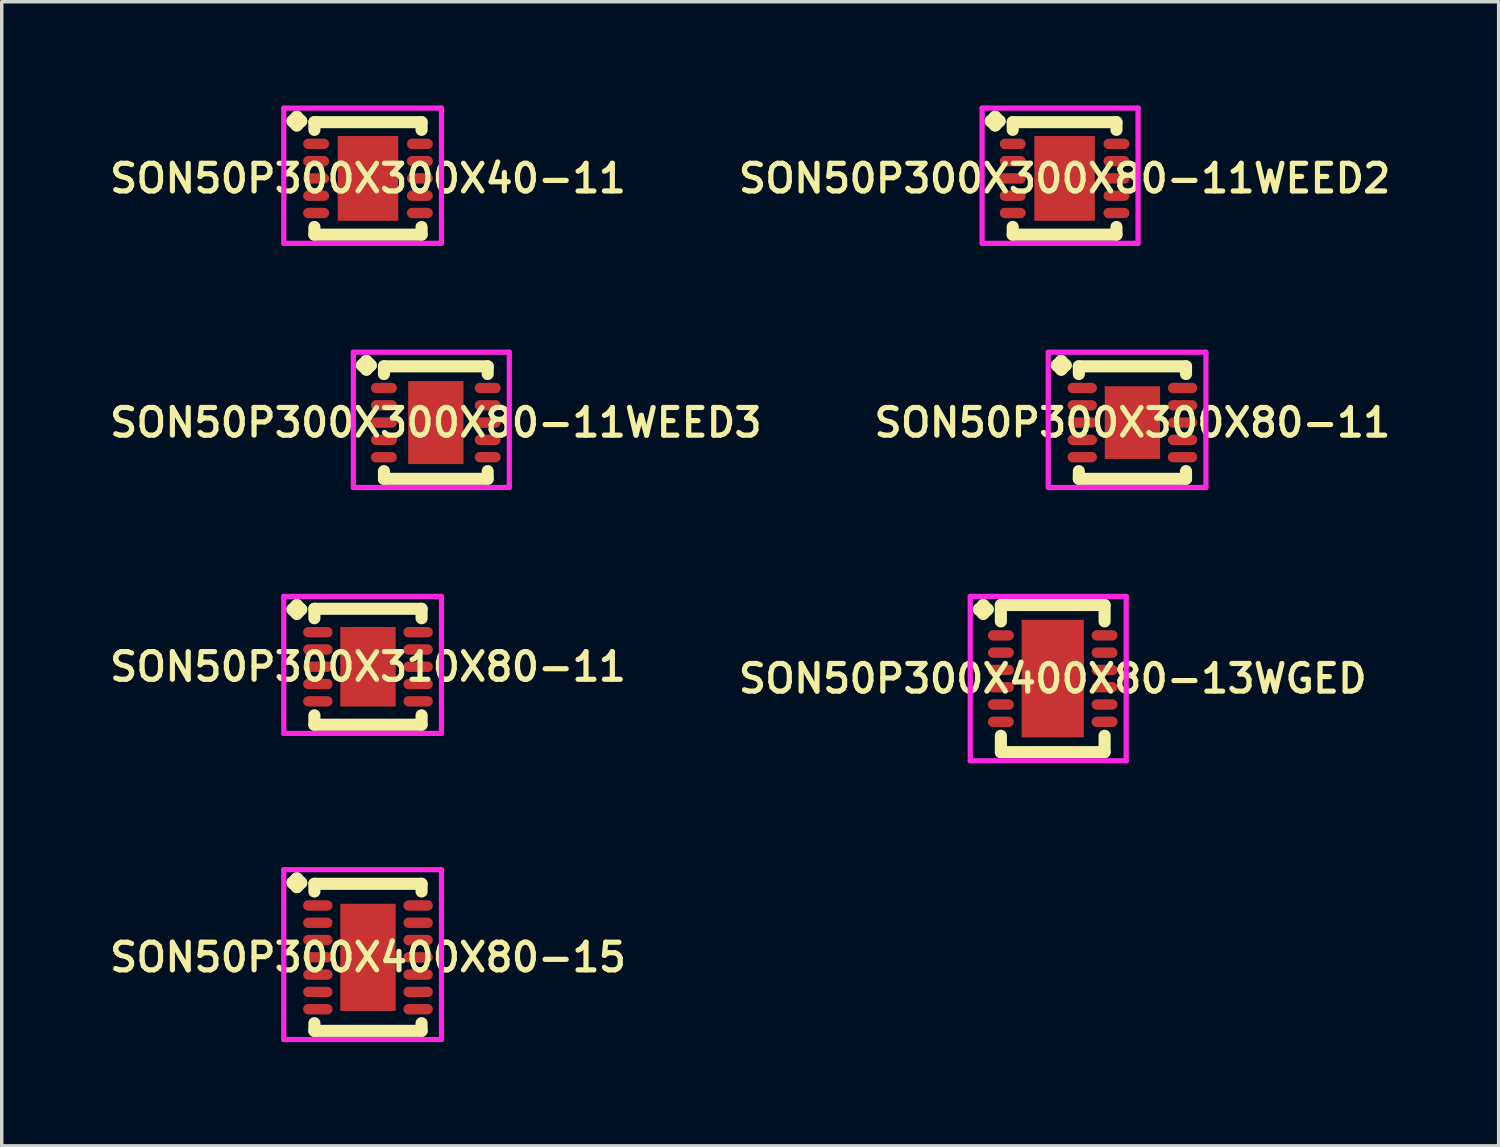
<source format=kicad_pcb>
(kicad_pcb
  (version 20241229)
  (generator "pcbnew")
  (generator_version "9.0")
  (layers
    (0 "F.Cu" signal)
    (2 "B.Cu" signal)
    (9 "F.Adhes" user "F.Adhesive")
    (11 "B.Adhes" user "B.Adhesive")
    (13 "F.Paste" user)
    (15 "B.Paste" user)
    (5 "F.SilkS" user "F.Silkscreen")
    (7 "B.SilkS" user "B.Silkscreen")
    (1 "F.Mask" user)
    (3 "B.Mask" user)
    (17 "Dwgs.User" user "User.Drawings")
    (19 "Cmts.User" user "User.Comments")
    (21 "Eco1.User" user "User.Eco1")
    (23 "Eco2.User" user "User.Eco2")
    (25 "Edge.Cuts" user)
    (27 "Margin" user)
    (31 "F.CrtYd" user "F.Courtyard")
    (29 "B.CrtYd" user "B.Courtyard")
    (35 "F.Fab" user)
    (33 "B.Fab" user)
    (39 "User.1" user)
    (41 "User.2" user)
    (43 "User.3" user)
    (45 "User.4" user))
  (footprint "SON50P300X300X80-11"
    (layer "F.Cu")
    (at 29.702 9.172)
    (property "Reference" "SON50P300X300X80-11" (at 0 0 0) (layer "F.SilkS") (effects (font (size 0.8 0.8) (thickness 0.15))))
    (attr smd)
    (fp_line (start -2.185 -1.658) (end -2.058 -1.785) (stroke (width 0.35) (type solid)) (layer "F.SilkS"))
    (fp_line (start -2.058 -1.785) (end -1.931 -1.658) (stroke (width 0.35) (type solid)) (layer "F.SilkS"))
    (fp_line (start -2.058 -1.531) (end -2.185 -1.658) (stroke (width 0.35) (type solid)) (layer "F.SilkS"))
    (fp_line (start -1.931 -1.658) (end -2.058 -1.531) (stroke (width 0.35) (type solid)) (layer "F.SilkS"))
    (fp_line (start -1.55 -1.627) (end 1.55 -1.627) (stroke (width 0.35) (type solid)) (layer "F.SilkS"))
    (fp_line (start -1.55 -1.404) (end -1.55 -1.627) (stroke (width 0.35) (type solid)) (layer "F.SilkS"))
    (fp_line (start -1.55 1.404) (end -1.55 1.627) (stroke (width 0.35) (type solid)) (layer "F.SilkS"))
    (fp_line (start -1.55 1.627) (end 1.55 1.627) (stroke (width 0.35) (type solid)) (layer "F.SilkS"))
    (fp_line (start 1.55 -1.627) (end 1.55 -1.404) (stroke (width 0.35) (type solid)) (layer "F.SilkS"))
    (fp_line (start 1.55 1.627) (end 1.55 1.404) (stroke (width 0.35) (type solid)) (layer "F.SilkS"))
    (fp_line (start -2.435 -2.035) (end 2.125 -2.035) (stroke (width 0.15) (type solid)) (layer "F.CrtYd"))
    (fp_line (start -2.435 1.877) (end -2.435 -2.035) (stroke (width 0.15) (type solid)) (layer "F.CrtYd"))
    (fp_line (start 2.125 -2.035) (end 2.125 1.877) (stroke (width 0.15) (type solid)) (layer "F.CrtYd"))
    (fp_line (start 2.125 1.877) (end -2.435 1.877) (stroke (width 0.15) (type solid)) (layer "F.CrtYd"))
    (pad "1" smd oval (at -1.45 -1) (size 0.85 0.3) (layers "F.Cu" "F.Mask" "F.Paste"))
    (pad "2" smd oval (at -1.45 -0.5) (size 0.85 0.3) (layers "F.Cu" "F.Mask" "F.Paste"))
    (pad "3" smd oval (at -1.45 0) (size 0.85 0.3) (layers "F.Cu" "F.Mask" "F.Paste"))
    (pad "4" smd oval (at -1.45 0.5) (size 0.85 0.3) (layers "F.Cu" "F.Mask" "F.Paste"))
    (pad "5" smd oval (at -1.45 1) (size 0.85 0.3) (layers "F.Cu" "F.Mask" "F.Paste"))
    (pad "6" smd oval (at 1.45 1) (size 0.85 0.3) (layers "F.Cu" "F.Mask" "F.Paste"))
    (pad "7" smd oval (at 1.45 0.5) (size 0.85 0.3) (layers "F.Cu" "F.Mask" "F.Paste"))
    (pad "8" smd oval (at 1.45 0) (size 0.85 0.3) (layers "F.Cu" "F.Mask" "F.Paste"))
    (pad "9" smd oval (at 1.45 -0.5) (size 0.85 0.3) (layers "F.Cu" "F.Mask" "F.Paste"))
    (pad "10" smd oval (at 1.45 -1) (size 0.85 0.3) (layers "F.Cu" "F.Mask" "F.Paste"))
    (pad "11" smd rect (at 0 0) (size 1.6 2.1) (layers "F.Cu" "F.Mask" "F.Paste")))
  (footprint "SON50P300X300X40-11"
    (layer "F.Cu")
    (at 7.593 2.11)
    (property "Reference" "SON50P300X300X40-11" (at 0 0 0) (layer "F.SilkS") (effects (font (size 0.8 0.8) (thickness 0.15))))
    (attr smd)
    (fp_line (start -2.185 -1.658) (end -2.058 -1.785) (stroke (width 0.35) (type solid)) (layer "F.SilkS"))
    (fp_line (start -2.058 -1.785) (end -1.931 -1.658) (stroke (width 0.35) (type solid)) (layer "F.SilkS"))
    (fp_line (start -2.058 -1.531) (end -2.185 -1.658) (stroke (width 0.35) (type solid)) (layer "F.SilkS"))
    (fp_line (start -1.931 -1.658) (end -2.058 -1.531) (stroke (width 0.35) (type solid)) (layer "F.SilkS"))
    (fp_line (start -1.55 -1.627) (end 1.55 -1.627) (stroke (width 0.35) (type solid)) (layer "F.SilkS"))
    (fp_line (start -1.55 -1.404) (end -1.55 -1.627) (stroke (width 0.35) (type solid)) (layer "F.SilkS"))
    (fp_line (start -1.55 1.404) (end -1.55 1.627) (stroke (width 0.35) (type solid)) (layer "F.SilkS"))
    (fp_line (start -1.55 1.627) (end 1.55 1.627) (stroke (width 0.35) (type solid)) (layer "F.SilkS"))
    (fp_line (start 1.55 -1.627) (end 1.55 -1.404) (stroke (width 0.35) (type solid)) (layer "F.SilkS"))
    (fp_line (start 1.55 1.627) (end 1.55 1.404) (stroke (width 0.35) (type solid)) (layer "F.SilkS"))
    (fp_line (start -2.435 -2.035) (end 2.125 -2.035) (stroke (width 0.15) (type solid)) (layer "F.CrtYd"))
    (fp_line (start -2.435 1.877) (end -2.435 -2.035) (stroke (width 0.15) (type solid)) (layer "F.CrtYd"))
    (fp_line (start 2.125 -2.035) (end 2.125 1.877) (stroke (width 0.15) (type solid)) (layer "F.CrtYd"))
    (fp_line (start 2.125 1.877) (end -2.435 1.877) (stroke (width 0.15) (type solid)) (layer "F.CrtYd"))
    (pad "1" smd oval (at -1.5 -1) (size 0.75 0.3) (layers "F.Cu" "F.Mask" "F.Paste"))
    (pad "2" smd oval (at -1.5 -0.5) (size 0.75 0.3) (layers "F.Cu" "F.Mask" "F.Paste"))
    (pad "3" smd oval (at -1.5 0) (size 0.75 0.3) (layers "F.Cu" "F.Mask" "F.Paste"))
    (pad "4" smd oval (at -1.5 0.5) (size 0.75 0.3) (layers "F.Cu" "F.Mask" "F.Paste"))
    (pad "5" smd oval (at -1.5 1) (size 0.75 0.3) (layers "F.Cu" "F.Mask" "F.Paste"))
    (pad "6" smd oval (at 1.5 1) (size 0.75 0.3) (layers "F.Cu" "F.Mask" "F.Paste"))
    (pad "7" smd oval (at 1.5 0.5) (size 0.75 0.3) (layers "F.Cu" "F.Mask" "F.Paste"))
    (pad "8" smd oval (at 1.5 0) (size 0.75 0.3) (layers "F.Cu" "F.Mask" "F.Paste"))
    (pad "9" smd oval (at 1.5 -0.5) (size 0.75 0.3) (layers "F.Cu" "F.Mask" "F.Paste"))
    (pad "10" smd oval (at 1.5 -1) (size 0.75 0.3) (layers "F.Cu" "F.Mask" "F.Paste"))
    (pad "11" smd rect (at 0 0) (size 1.75 2.45) (layers "F.Cu" "F.Mask" "F.Paste")))
  (footprint "SON50P300X310X80-11"
    (layer "F.Cu")
    (at 7.593 16.234)
    (property "Reference" "SON50P300X310X80-11" (at 0 0 0) (layer "F.SilkS") (effects (font (size 0.8 0.8) (thickness 0.15))))
    (attr smd)
    (fp_line (start -2.185 -1.658) (end -2.058 -1.785) (stroke (width 0.35) (type solid)) (layer "F.SilkS"))
    (fp_line (start -2.058 -1.785) (end -1.931 -1.658) (stroke (width 0.35) (type solid)) (layer "F.SilkS"))
    (fp_line (start -2.058 -1.531) (end -2.185 -1.658) (stroke (width 0.35) (type solid)) (layer "F.SilkS"))
    (fp_line (start -1.931 -1.658) (end -2.058 -1.531) (stroke (width 0.35) (type solid)) (layer "F.SilkS"))
    (fp_line (start -1.55 -1.677) (end 1.55 -1.677) (stroke (width 0.35) (type solid)) (layer "F.SilkS"))
    (fp_line (start -1.55 -1.404) (end -1.55 -1.677) (stroke (width 0.35) (type solid)) (layer "F.SilkS"))
    (fp_line (start -1.55 1.404) (end -1.55 1.677) (stroke (width 0.35) (type solid)) (layer "F.SilkS"))
    (fp_line (start -1.55 1.677) (end 1.55 1.677) (stroke (width 0.35) (type solid)) (layer "F.SilkS"))
    (fp_line (start 1.55 -1.677) (end 1.55 -1.404) (stroke (width 0.35) (type solid)) (layer "F.SilkS"))
    (fp_line (start 1.55 1.677) (end 1.55 1.404) (stroke (width 0.35) (type solid)) (layer "F.SilkS"))
    (fp_line (start -2.435 -2.035) (end 2.125 -2.035) (stroke (width 0.15) (type solid)) (layer "F.CrtYd"))
    (fp_line (start -2.435 1.927) (end -2.435 -2.035) (stroke (width 0.15) (type solid)) (layer "F.CrtYd"))
    (fp_line (start 2.125 -2.035) (end 2.125 1.927) (stroke (width 0.15) (type solid)) (layer "F.CrtYd"))
    (fp_line (start 2.125 1.927) (end -2.435 1.927) (stroke (width 0.15) (type solid)) (layer "F.CrtYd"))
    (pad "1" smd oval (at -1.45 -1) (size 0.85 0.3) (layers "F.Cu" "F.Mask" "F.Paste"))
    (pad "2" smd oval (at -1.45 -0.5) (size 0.85 0.3) (layers "F.Cu" "F.Mask" "F.Paste"))
    (pad "3" smd oval (at -1.45 0) (size 0.85 0.3) (layers "F.Cu" "F.Mask" "F.Paste"))
    (pad "4" smd oval (at -1.45 0.5) (size 0.85 0.3) (layers "F.Cu" "F.Mask" "F.Paste"))
    (pad "5" smd oval (at -1.45 1) (size 0.85 0.3) (layers "F.Cu" "F.Mask" "F.Paste"))
    (pad "6" smd oval (at 1.45 1) (size 0.85 0.3) (layers "F.Cu" "F.Mask" "F.Paste"))
    (pad "7" smd oval (at 1.45 0.5) (size 0.85 0.3) (layers "F.Cu" "F.Mask" "F.Paste"))
    (pad "8" smd oval (at 1.45 0) (size 0.85 0.3) (layers "F.Cu" "F.Mask" "F.Paste"))
    (pad "9" smd oval (at 1.45 -0.5) (size 0.85 0.3) (layers "F.Cu" "F.Mask" "F.Paste"))
    (pad "10" smd oval (at 1.45 -1) (size 0.85 0.3) (layers "F.Cu" "F.Mask" "F.Paste"))
    (pad "11" smd rect (at 0 0) (size 1.6 2.3) (layers "F.Cu" "F.Mask" "F.Paste")))
  (footprint "SON50P300X300X80-11WEED2"
    (layer "F.Cu")
    (at 27.74 2.11)
    (property "Reference" "SON50P300X300X80-11WEED2" (at 0 0 0) (layer "F.SilkS") (effects (font (size 0.8 0.8) (thickness 0.15))))
    (attr smd)
    (fp_line (start -2.135 -1.658) (end -2.008 -1.785) (stroke (width 0.35) (type solid)) (layer "F.SilkS"))
    (fp_line (start -2.008 -1.785) (end -1.881 -1.658) (stroke (width 0.35) (type solid)) (layer "F.SilkS"))
    (fp_line (start -2.008 -1.531) (end -2.135 -1.658) (stroke (width 0.35) (type solid)) (layer "F.SilkS"))
    (fp_line (start -1.881 -1.658) (end -2.008 -1.531) (stroke (width 0.35) (type solid)) (layer "F.SilkS"))
    (fp_line (start -1.5 -1.627) (end 1.5 -1.627) (stroke (width 0.35) (type solid)) (layer "F.SilkS"))
    (fp_line (start -1.5 -1.404) (end -1.5 -1.627) (stroke (width 0.35) (type solid)) (layer "F.SilkS"))
    (fp_line (start -1.5 1.404) (end -1.5 1.627) (stroke (width 0.35) (type solid)) (layer "F.SilkS"))
    (fp_line (start -1.5 1.627) (end 1.5 1.627) (stroke (width 0.35) (type solid)) (layer "F.SilkS"))
    (fp_line (start 1.5 -1.627) (end 1.5 -1.404) (stroke (width 0.35) (type solid)) (layer "F.SilkS"))
    (fp_line (start 1.5 1.627) (end 1.5 1.404) (stroke (width 0.35) (type solid)) (layer "F.SilkS"))
    (fp_line (start -2.385 -2.035) (end 2.125 -2.035) (stroke (width 0.15) (type solid)) (layer "F.CrtYd"))
    (fp_line (start -2.385 1.877) (end -2.385 -2.035) (stroke (width 0.15) (type solid)) (layer "F.CrtYd"))
    (fp_line (start 2.125 -2.035) (end 2.125 1.877) (stroke (width 0.15) (type solid)) (layer "F.CrtYd"))
    (fp_line (start 2.125 1.877) (end -2.385 1.877) (stroke (width 0.15) (type solid)) (layer "F.CrtYd"))
    (pad "1" smd oval (at -1.5 -1) (size 0.75 0.3) (layers "F.Cu" "F.Mask" "F.Paste"))
    (pad "2" smd oval (at -1.5 -0.5) (size 0.75 0.3) (layers "F.Cu" "F.Mask" "F.Paste"))
    (pad "3" smd oval (at -1.5 0) (size 0.75 0.3) (layers "F.Cu" "F.Mask" "F.Paste"))
    (pad "4" smd oval (at -1.5 0.5) (size 0.75 0.3) (layers "F.Cu" "F.Mask" "F.Paste"))
    (pad "5" smd oval (at -1.5 1) (size 0.75 0.3) (layers "F.Cu" "F.Mask" "F.Paste"))
    (pad "6" smd oval (at 1.5 1) (size 0.75 0.3) (layers "F.Cu" "F.Mask" "F.Paste"))
    (pad "7" smd oval (at 1.5 0.5) (size 0.75 0.3) (layers "F.Cu" "F.Mask" "F.Paste"))
    (pad "8" smd oval (at 1.5 0) (size 0.75 0.3) (layers "F.Cu" "F.Mask" "F.Paste"))
    (pad "9" smd oval (at 1.5 -0.5) (size 0.75 0.3) (layers "F.Cu" "F.Mask" "F.Paste"))
    (pad "10" smd oval (at 1.5 -1) (size 0.75 0.3) (layers "F.Cu" "F.Mask" "F.Paste"))
    (pad "11" smd rect (at 0 0) (size 1.75 2.45) (layers "F.Cu" "F.Mask" "F.Paste")))
  (footprint "SON50P300X400X80-13WGED"
    (layer "F.Cu")
    (at 27.397 16.576)
    (property "Reference" "SON50P300X400X80-13WGED" (at 0 0 0) (layer "F.SilkS") (effects (font (size 0.8 0.8) (thickness 0.15))))
    (attr smd)
    (fp_line (start -2.135 -2) (end -2.008 -2.127) (stroke (width 0.35) (type solid)) (layer "F.SilkS"))
    (fp_line (start -2.008 -2.127) (end -1.881 -2) (stroke (width 0.35) (type solid)) (layer "F.SilkS"))
    (fp_line (start -2.008 -1.873) (end -2.135 -2) (stroke (width 0.35) (type solid)) (layer "F.SilkS"))
    (fp_line (start -1.881 -2) (end -2.008 -1.873) (stroke (width 0.35) (type solid)) (layer "F.SilkS"))
    (fp_line (start -1.5 -2.127) (end 1.5 -2.127) (stroke (width 0.35) (type solid)) (layer "F.SilkS"))
    (fp_line (start -1.5 -1.654) (end -1.5 -2.127) (stroke (width 0.35) (type solid)) (layer "F.SilkS"))
    (fp_line (start -1.5 1.654) (end -1.5 2.127) (stroke (width 0.35) (type solid)) (layer "F.SilkS"))
    (fp_line (start -1.5 2.127) (end 1.5 2.127) (stroke (width 0.35) (type solid)) (layer "F.SilkS"))
    (fp_line (start 1.5 -2.127) (end 1.5 -1.654) (stroke (width 0.35) (type solid)) (layer "F.SilkS"))
    (fp_line (start 1.5 2.127) (end 1.5 1.654) (stroke (width 0.35) (type solid)) (layer "F.SilkS"))
    (fp_line (start -2.385 -2.377) (end 2.125 -2.377) (stroke (width 0.15) (type solid)) (layer "F.CrtYd"))
    (fp_line (start -2.385 2.377) (end -2.385 -2.377) (stroke (width 0.15) (type solid)) (layer "F.CrtYd"))
    (fp_line (start 2.125 -2.377) (end 2.125 2.377) (stroke (width 0.15) (type solid)) (layer "F.CrtYd"))
    (fp_line (start 2.125 2.377) (end -2.385 2.377) (stroke (width 0.15) (type solid)) (layer "F.CrtYd"))
    (pad "1" smd oval (at -1.5 -1.25) (size 0.75 0.3) (layers "F.Cu" "F.Mask" "F.Paste"))
    (pad "2" smd oval (at -1.5 -0.75) (size 0.75 0.3) (layers "F.Cu" "F.Mask" "F.Paste"))
    (pad "3" smd oval (at -1.5 -0.25) (size 0.75 0.3) (layers "F.Cu" "F.Mask" "F.Paste"))
    (pad "4" smd oval (at -1.5 0.25) (size 0.75 0.3) (layers "F.Cu" "F.Mask" "F.Paste"))
    (pad "5" smd oval (at -1.5 0.75) (size 0.75 0.3) (layers "F.Cu" "F.Mask" "F.Paste"))
    (pad "6" smd oval (at -1.5 1.25) (size 0.75 0.3) (layers "F.Cu" "F.Mask" "F.Paste"))
    (pad "7" smd oval (at 1.5 1.25) (size 0.75 0.3) (layers "F.Cu" "F.Mask" "F.Paste"))
    (pad "8" smd oval (at 1.5 0.75) (size 0.75 0.3) (layers "F.Cu" "F.Mask" "F.Paste"))
    (pad "9" smd oval (at 1.5 0.25) (size 0.75 0.3) (layers "F.Cu" "F.Mask" "F.Paste"))
    (pad "10" smd oval (at 1.5 -0.25) (size 0.75 0.3) (layers "F.Cu" "F.Mask" "F.Paste"))
    (pad "11" smd oval (at 1.5 -0.75) (size 0.75 0.3) (layers "F.Cu" "F.Mask" "F.Paste"))
    (pad "12" smd oval (at 1.5 -1.25) (size 0.75 0.3) (layers "F.Cu" "F.Mask" "F.Paste"))
    (pad "13" smd rect (at 0 0) (size 1.8 3.4) (layers "F.Cu" "F.Mask" "F.Paste")))
  (footprint "SON50P300X400X80-15"
    (layer "F.Cu")
    (at 7.593 24.638)
    (property "Reference" "SON50P300X400X80-15" (at 0 0 0) (layer "F.SilkS") (effects (font (size 0.8 0.8) (thickness 0.15))))
    (attr smd)
    (fp_line (start -2.185 -2.158) (end -2.058 -2.285) (stroke (width 0.35) (type solid)) (layer "F.SilkS"))
    (fp_line (start -2.058 -2.285) (end -1.931 -2.158) (stroke (width 0.35) (type solid)) (layer "F.SilkS"))
    (fp_line (start -2.058 -2.031) (end -2.185 -2.158) (stroke (width 0.35) (type solid)) (layer "F.SilkS"))
    (fp_line (start -1.931 -2.158) (end -2.058 -2.031) (stroke (width 0.35) (type solid)) (layer "F.SilkS"))
    (fp_line (start -1.55 -2.127) (end 1.55 -2.127) (stroke (width 0.35) (type solid)) (layer "F.SilkS"))
    (fp_line (start -1.55 -1.904) (end -1.55 -2.127) (stroke (width 0.35) (type solid)) (layer "F.SilkS"))
    (fp_line (start -1.55 1.904) (end -1.55 2.127) (stroke (width 0.35) (type solid)) (layer "F.SilkS"))
    (fp_line (start -1.55 2.127) (end 1.55 2.127) (stroke (width 0.35) (type solid)) (layer "F.SilkS"))
    (fp_line (start 1.55 -2.127) (end 1.55 -1.904) (stroke (width 0.35) (type solid)) (layer "F.SilkS"))
    (fp_line (start 1.55 2.127) (end 1.55 1.904) (stroke (width 0.35) (type solid)) (layer "F.SilkS"))
    (fp_line (start -2.435 -2.535) (end 2.125 -2.535) (stroke (width 0.15) (type solid)) (layer "F.CrtYd"))
    (fp_line (start -2.435 2.377) (end -2.435 -2.535) (stroke (width 0.15) (type solid)) (layer "F.CrtYd"))
    (fp_line (start 2.125 -2.535) (end 2.125 2.377) (stroke (width 0.15) (type solid)) (layer "F.CrtYd"))
    (fp_line (start 2.125 2.377) (end -2.435 2.377) (stroke (width 0.15) (type solid)) (layer "F.CrtYd"))
    (pad "1" smd oval (at -1.45 -1.5) (size 0.85 0.3) (layers "F.Cu" "F.Mask" "F.Paste"))
    (pad "2" smd oval (at -1.45 -1) (size 0.85 0.3) (layers "F.Cu" "F.Mask" "F.Paste"))
    (pad "3" smd oval (at -1.45 -0.5) (size 0.85 0.3) (layers "F.Cu" "F.Mask" "F.Paste"))
    (pad "4" smd oval (at -1.45 0) (size 0.85 0.3) (layers "F.Cu" "F.Mask" "F.Paste"))
    (pad "5" smd oval (at -1.45 0.5) (size 0.85 0.3) (layers "F.Cu" "F.Mask" "F.Paste"))
    (pad "6" smd oval (at -1.45 1) (size 0.85 0.3) (layers "F.Cu" "F.Mask" "F.Paste"))
    (pad "7" smd oval (at -1.45 1.5) (size 0.85 0.3) (layers "F.Cu" "F.Mask" "F.Paste"))
    (pad "8" smd oval (at 1.45 1.5) (size 0.85 0.3) (layers "F.Cu" "F.Mask" "F.Paste"))
    (pad "9" smd oval (at 1.45 1) (size 0.85 0.3) (layers "F.Cu" "F.Mask" "F.Paste"))
    (pad "10" smd oval (at 1.45 0.5) (size 0.85 0.3) (layers "F.Cu" "F.Mask" "F.Paste"))
    (pad "11" smd oval (at 1.45 0) (size 0.85 0.3) (layers "F.Cu" "F.Mask" "F.Paste"))
    (pad "12" smd oval (at 1.45 -0.5) (size 0.85 0.3) (layers "F.Cu" "F.Mask" "F.Paste"))
    (pad "13" smd oval (at 1.45 -1) (size 0.85 0.3) (layers "F.Cu" "F.Mask" "F.Paste"))
    (pad "14" smd oval (at 1.45 -1.5) (size 0.85 0.3) (layers "F.Cu" "F.Mask" "F.Paste"))
    (pad "15" smd rect (at 0 0) (size 1.6 3.1) (layers "F.Cu" "F.Mask" "F.Paste")))
  (footprint "SON50P300X300X80-11WEED3"
    (layer "F.Cu")
    (at 9.555 9.172)
    (property "Reference" "SON50P300X300X80-11WEED3" (at 0 0 0) (layer "F.SilkS") (effects (font (size 0.8 0.8) (thickness 0.15))))
    (attr smd)
    (fp_line (start -2.135 -1.658) (end -2.008 -1.785) (stroke (width 0.35) (type solid)) (layer "F.SilkS"))
    (fp_line (start -2.008 -1.785) (end -1.881 -1.658) (stroke (width 0.35) (type solid)) (layer "F.SilkS"))
    (fp_line (start -2.008 -1.531) (end -2.135 -1.658) (stroke (width 0.35) (type solid)) (layer "F.SilkS"))
    (fp_line (start -1.881 -1.658) (end -2.008 -1.531) (stroke (width 0.35) (type solid)) (layer "F.SilkS"))
    (fp_line (start -1.5 -1.627) (end 1.5 -1.627) (stroke (width 0.35) (type solid)) (layer "F.SilkS"))
    (fp_line (start -1.5 -1.404) (end -1.5 -1.627) (stroke (width 0.35) (type solid)) (layer "F.SilkS"))
    (fp_line (start -1.5 1.404) (end -1.5 1.627) (stroke (width 0.35) (type solid)) (layer "F.SilkS"))
    (fp_line (start -1.5 1.627) (end 1.5 1.627) (stroke (width 0.35) (type solid)) (layer "F.SilkS"))
    (fp_line (start 1.5 -1.627) (end 1.5 -1.404) (stroke (width 0.35) (type solid)) (layer "F.SilkS"))
    (fp_line (start 1.5 1.627) (end 1.5 1.404) (stroke (width 0.35) (type solid)) (layer "F.SilkS"))
    (fp_line (start -2.385 -2.035) (end 2.125 -2.035) (stroke (width 0.15) (type solid)) (layer "F.CrtYd"))
    (fp_line (start -2.385 1.877) (end -2.385 -2.035) (stroke (width 0.15) (type solid)) (layer "F.CrtYd"))
    (fp_line (start 2.125 -2.035) (end 2.125 1.877) (stroke (width 0.15) (type solid)) (layer "F.CrtYd"))
    (fp_line (start 2.125 1.877) (end -2.385 1.877) (stroke (width 0.15) (type solid)) (layer "F.CrtYd"))
    (pad "1" smd oval (at -1.5 -1) (size 0.75 0.3) (layers "F.Cu" "F.Mask" "F.Paste"))
    (pad "2" smd oval (at -1.5 -0.5) (size 0.75 0.3) (layers "F.Cu" "F.Mask" "F.Paste"))
    (pad "3" smd oval (at -1.5 0) (size 0.75 0.3) (layers "F.Cu" "F.Mask" "F.Paste"))
    (pad "4" smd oval (at -1.5 0.5) (size 0.75 0.3) (layers "F.Cu" "F.Mask" "F.Paste"))
    (pad "5" smd oval (at -1.5 1) (size 0.75 0.3) (layers "F.Cu" "F.Mask" "F.Paste"))
    (pad "6" smd oval (at 1.5 1) (size 0.75 0.3) (layers "F.Cu" "F.Mask" "F.Paste"))
    (pad "7" smd oval (at 1.5 0.5) (size 0.75 0.3) (layers "F.Cu" "F.Mask" "F.Paste"))
    (pad "8" smd oval (at 1.5 0) (size 0.75 0.3) (layers "F.Cu" "F.Mask" "F.Paste"))
    (pad "9" smd oval (at 1.5 -0.5) (size 0.75 0.3) (layers "F.Cu" "F.Mask" "F.Paste"))
    (pad "10" smd oval (at 1.5 -1) (size 0.75 0.3) (layers "F.Cu" "F.Mask" "F.Paste"))
    (pad "11" smd rect (at 0 0) (size 1.6 2.4) (layers "F.Cu" "F.Mask" "F.Paste")))
  (gr_rect
    (start -3 -3)
    (end 40.294 30.09)
    (stroke (width 0.1) (type default))
    (fill no)
    (layer "Edge.Cuts")))
</source>
